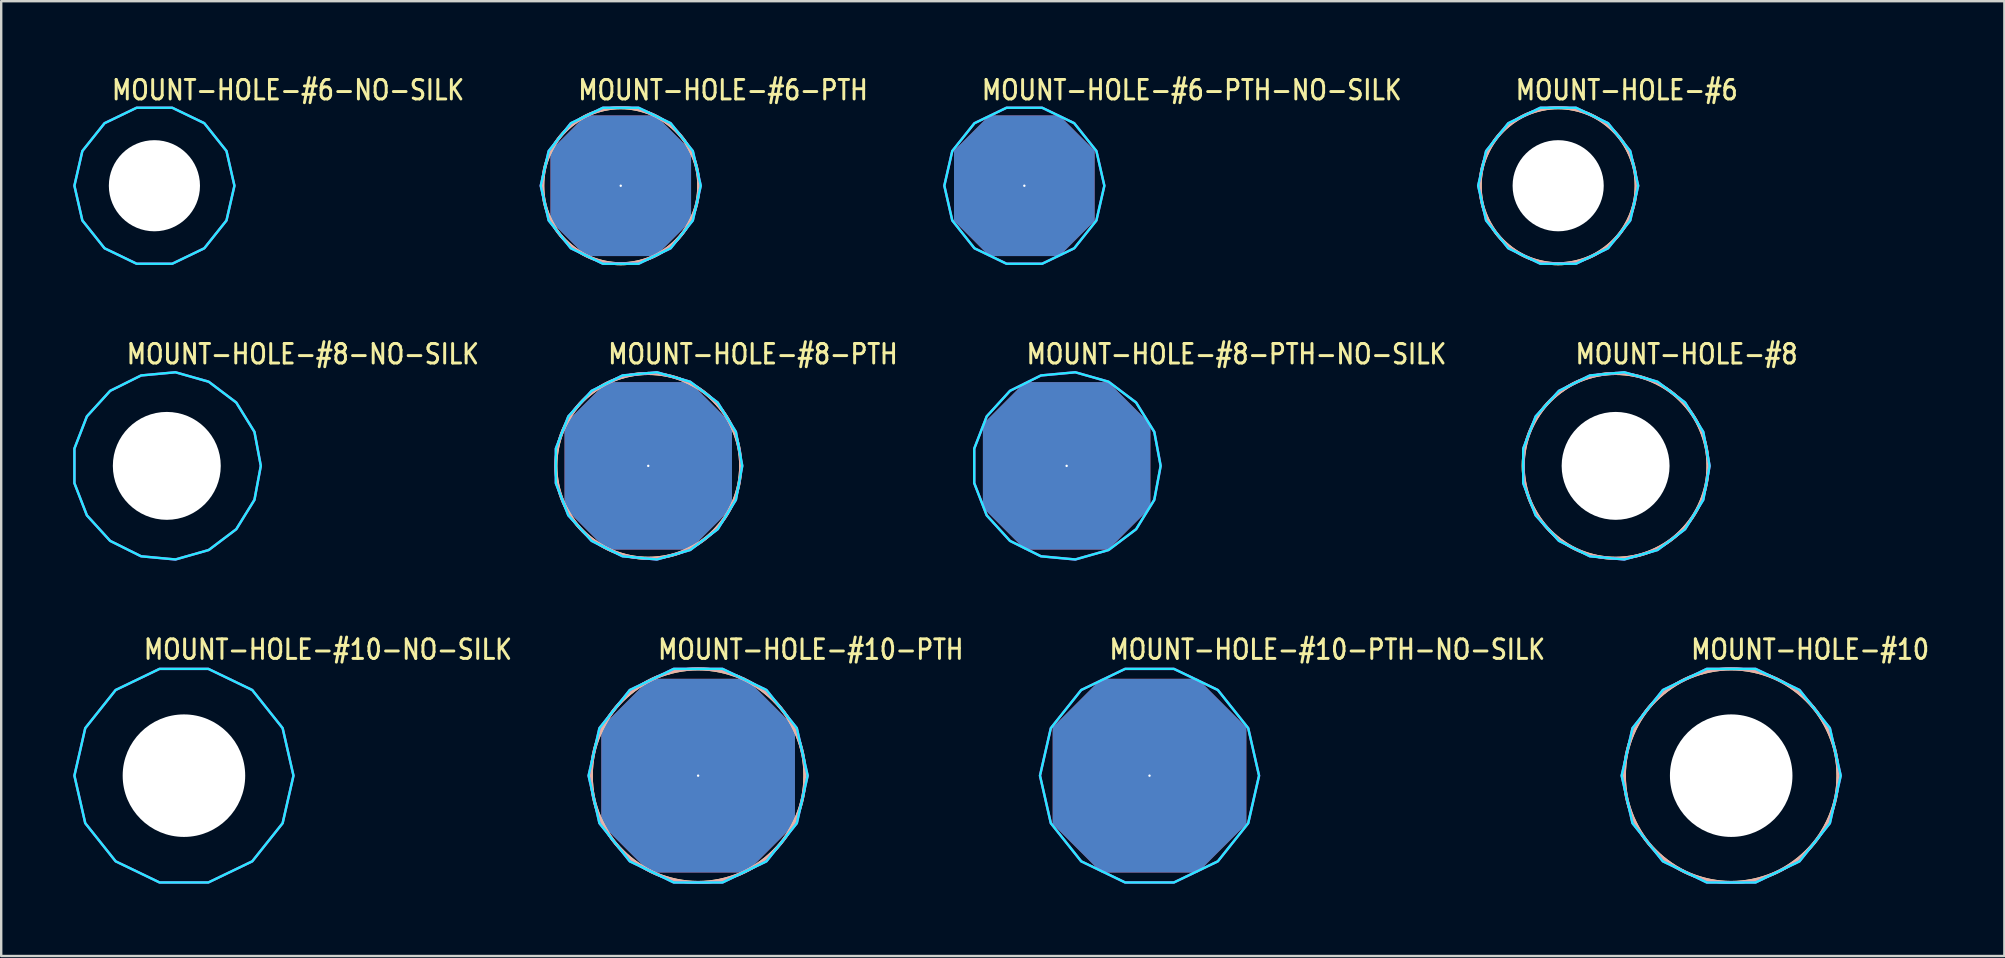
<source format=kicad_pcb>
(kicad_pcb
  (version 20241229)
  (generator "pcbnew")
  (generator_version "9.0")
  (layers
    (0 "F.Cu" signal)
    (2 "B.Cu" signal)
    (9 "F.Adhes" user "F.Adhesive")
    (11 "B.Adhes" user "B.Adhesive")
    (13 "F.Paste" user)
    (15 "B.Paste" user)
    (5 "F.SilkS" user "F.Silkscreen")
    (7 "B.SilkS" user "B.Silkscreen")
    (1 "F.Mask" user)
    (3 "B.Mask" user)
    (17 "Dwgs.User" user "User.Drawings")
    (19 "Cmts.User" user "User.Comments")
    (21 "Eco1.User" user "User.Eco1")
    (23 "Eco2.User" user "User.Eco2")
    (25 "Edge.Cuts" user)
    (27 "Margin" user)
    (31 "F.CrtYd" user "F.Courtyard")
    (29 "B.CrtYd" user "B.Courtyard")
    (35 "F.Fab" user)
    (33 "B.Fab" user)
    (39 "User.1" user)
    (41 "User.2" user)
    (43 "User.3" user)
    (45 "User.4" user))
  (footprint "MOUNT-HOLE-#8-NO-SILK"
    (layer "F.Cu")
    (at 3.9 16.361)
    (property "Reference" "MOUNT-HOLE-#8-NO-SILK" (at -1.74 -4.18 0) (unlocked yes) (layer "F.SilkS") (effects (font (size 0.813 0.695) (thickness 0.122)) (justify left bottom)))
    (fp_circle (center 0 0) (end 3.683 0) (stroke (width 0) (type solid)) (fill yes) (layer "F.Mask"))
    (fp_circle (center 0 0) (end 3.85 0) (stroke (width 0) (type solid)) (fill yes) (layer "F.Mask"))
    (fp_circle (center 0 0) (end 3.85 0) (stroke (width 0) (type solid)) (fill yes) (layer "F.Mask"))
    (fp_circle (center 0 0) (end 3.683 0) (stroke (width 0) (type solid)) (fill yes) (layer "B.Mask"))
    (fp_circle (center 0 0) (end 3.85 0) (stroke (width 0) (type solid)) (fill yes) (layer "B.Mask"))
    (fp_poly (pts (xy 3.917 0) (xy 3.652 -1.415) (xy 2.894 -2.639) (xy 1.746 -3.506) (xy 0.361 -3.9) (xy -1.072 -3.767) (xy -2.36 -3.126) (xy -3.33 -2.062) (xy -3.85 -0.72) (xy -3.85 0.72) (xy -3.33 2.062) (xy -2.36 3.126) (xy -1.072 3.767) (xy 0.361 3.9) (xy 1.746 3.506) (xy 2.894 2.639) (xy 3.652 1.415)) (stroke (width 0.1) (type solid)) (fill no) (layer "B.CrtYd"))
    (fp_poly (pts (xy 3.917 0) (xy 3.652 -1.415) (xy 2.894 -2.639) (xy 1.746 -3.506) (xy 0.361 -3.9) (xy -1.072 -3.767) (xy -2.36 -3.126) (xy -3.33 -2.062) (xy -3.85 -0.72) (xy -3.85 0.72) (xy -3.33 2.062) (xy -2.36 3.126) (xy -1.072 3.767) (xy 0.361 3.9) (xy 1.746 3.506) (xy 2.894 2.639) (xy 3.652 1.415)) (stroke (width 0.1) (type solid)) (fill no) (layer "F.CrtYd"))
    (pad "" np_thru_hole circle (at 0 0) (size 4.496 4.496) (drill 4.496) (layers "*.Cu" "*.Mask")))
  (footprint "MOUNT-HOLE-#8"
    (layer "F.Cu")
    (at 64.266 16.361)
    (property "Reference" "MOUNT-HOLE-#8" (at -1.74 -4.18 0) (unlocked yes) (layer "F.SilkS") (effects (font (size 0.813 0.695) (thickness 0.122)) (justify left bottom)))
    (fp_circle (center 0 0) (end 3.683 0) (stroke (width 0) (type solid)) (fill yes) (layer "F.Mask"))
    (fp_circle (center 0 0) (end 3.85 0) (stroke (width 0) (type solid)) (fill yes) (layer "F.Mask"))
    (fp_circle (center 0 0) (end 3.85 0) (stroke (width 0) (type solid)) (fill yes) (layer "F.Mask"))
    (fp_circle (center 0 0) (end 3.683 0) (stroke (width 0) (type solid)) (fill yes) (layer "B.Mask"))
    (fp_circle (center 0 0) (end 3.85 0) (stroke (width 0) (type solid)) (fill yes) (layer "B.Mask"))
    (fp_circle (center 0 0) (end 3.85 0) (stroke (width 0.127) (type solid)) (fill no) (layer "F.SilkS"))
    (fp_circle (center 0 0) (end 3.85 0) (stroke (width 0.127) (type solid)) (fill no) (layer "B.SilkS"))
    (fp_poly (pts (xy 3.917 0) (xy 3.652 -1.415) (xy 2.894 -2.639) (xy 1.746 -3.506) (xy 0.361 -3.9) (xy -1.072 -3.767) (xy -2.36 -3.126) (xy -3.33 -2.062) (xy -3.85 -0.72) (xy -3.85 0.72) (xy -3.33 2.062) (xy -2.36 3.126) (xy -1.072 3.767) (xy 0.361 3.9) (xy 1.746 3.506) (xy 2.894 2.639) (xy 3.652 1.415)) (stroke (width 0.1) (type solid)) (fill no) (layer "B.CrtYd"))
    (fp_poly (pts (xy 3.917 0) (xy 3.652 -1.415) (xy 2.894 -2.639) (xy 1.746 -3.506) (xy 0.361 -3.9) (xy -1.072 -3.767) (xy -2.36 -3.126) (xy -3.33 -2.062) (xy -3.85 -0.72) (xy -3.85 0.72) (xy -3.33 2.062) (xy -2.36 3.126) (xy -1.072 3.767) (xy 0.361 3.9) (xy 1.746 3.506) (xy 2.894 2.639) (xy 3.652 1.415)) (stroke (width 0.1) (type solid)) (fill no) (layer "F.CrtYd"))
    (pad "" np_thru_hole circle (at 0 0) (size 4.496 4.496) (drill 4.496) (layers "*.Cu" "*.Mask")))
  (footprint "MOUNT-HOLE-#8-PTH-NO-SILK"
    (layer "F.Cu")
    (at 41.393 16.361)
    (property "Reference" "MOUNT-HOLE-#8-PTH-NO-SILK" (at -1.74 -4.18 0) (unlocked yes) (layer "F.SilkS") (effects (font (size 0.813 0.695) (thickness 0.122)) (justify left bottom)))
    (fp_poly (pts (xy 3.917 0) (xy 3.652 -1.415) (xy 2.894 -2.639) (xy 1.746 -3.506) (xy 0.361 -3.9) (xy -1.072 -3.767) (xy -2.36 -3.126) (xy -3.33 -2.062) (xy -3.85 -0.72) (xy -3.85 0.72) (xy -3.33 2.062) (xy -2.36 3.126) (xy -1.072 3.767) (xy 0.361 3.9) (xy 1.746 3.506) (xy 2.894 2.639) (xy 3.652 1.415)) (stroke (width 0.1) (type solid)) (fill no) (layer "B.CrtYd"))
    (fp_poly (pts (xy 3.917 0) (xy 3.652 -1.415) (xy 2.894 -2.639) (xy 1.746 -3.506) (xy 0.361 -3.9) (xy -1.072 -3.767) (xy -2.36 -3.126) (xy -3.33 -2.062) (xy -3.85 -0.72) (xy -3.85 0.72) (xy -3.33 2.062) (xy -2.36 3.126) (xy -1.072 3.767) (xy 0.361 3.9) (xy 1.746 3.506) (xy 2.894 2.639) (xy 3.652 1.415)) (stroke (width 0.1) (type solid)) (fill no) (layer "F.CrtYd"))
    (pad "1" thru_hole custom (at 0 0) (size 0.1 0.1) (drill 4.496) (layers "*.Cu" "*.Mask") (options (anchor rect)) (primitives (gr_poly (pts (xy 3.429 1.714) (xy 1.714 3.429) (xy -1.714 3.429) (xy -3.429 1.714) (xy -3.429 -1.714) (xy -1.714 -3.429) (xy 1.714 -3.429) (xy 3.429 -1.714)) (width 0.12) (fill yes)))))
  (footprint "MOUNT-HOLE-#8-PTH"
    (layer "F.Cu")
    (at 23.96 16.361)
    (property "Reference" "MOUNT-HOLE-#8-PTH" (at -1.74 -4.18 0) (unlocked yes) (layer "F.SilkS") (effects (font (size 0.813 0.695) (thickness 0.122)) (justify left bottom)))
    (fp_circle (center 0 0) (end 3.85 0) (stroke (width 0.127) (type solid)) (fill no) (layer "F.SilkS"))
    (fp_circle (center 0 0) (end 3.85 0) (stroke (width 0.127) (type solid)) (fill no) (layer "B.SilkS"))
    (fp_poly (pts (xy 3.917 0) (xy 3.652 -1.415) (xy 2.894 -2.639) (xy 1.746 -3.506) (xy 0.361 -3.9) (xy -1.072 -3.767) (xy -2.36 -3.126) (xy -3.33 -2.062) (xy -3.85 -0.72) (xy -3.85 0.72) (xy -3.33 2.062) (xy -2.36 3.126) (xy -1.072 3.767) (xy 0.361 3.9) (xy 1.746 3.506) (xy 2.894 2.639) (xy 3.652 1.415)) (stroke (width 0.1) (type solid)) (fill no) (layer "B.CrtYd"))
    (fp_poly (pts (xy 3.917 0) (xy 3.652 -1.415) (xy 2.894 -2.639) (xy 1.746 -3.506) (xy 0.361 -3.9) (xy -1.072 -3.767) (xy -2.36 -3.126) (xy -3.33 -2.062) (xy -3.85 -0.72) (xy -3.85 0.72) (xy -3.33 2.062) (xy -2.36 3.126) (xy -1.072 3.767) (xy 0.361 3.9) (xy 1.746 3.506) (xy 2.894 2.639) (xy 3.652 1.415)) (stroke (width 0.1) (type solid)) (fill no) (layer "F.CrtYd"))
    (pad "1" thru_hole custom (at 0 0) (size 0.1 0.1) (drill 4.496) (layers "*.Cu" "*.Mask") (options (anchor rect)) (primitives (gr_poly (pts (xy 3.429 1.714) (xy 1.714 3.429) (xy -1.714 3.429) (xy -3.429 1.714) (xy -3.429 -1.714) (xy -1.714 -3.429) (xy 1.714 -3.429) (xy 3.429 -1.714)) (width 0.12) (fill yes)))))
  (footprint "MOUNT-HOLE-#6-PTH"
    (layer "F.Cu")
    (at 22.814 4.689)
    (property "Reference" "MOUNT-HOLE-#6-PTH" (at -1.84 -3.51 0) (unlocked yes) (layer "F.SilkS") (effects (font (size 0.813 0.695) (thickness 0.122)) (justify left bottom)))
    (fp_circle (center 0 0) (end 3.25 0) (stroke (width 0.127) (type solid)) (fill no) (layer "F.SilkS"))
    (fp_circle (center 0 0) (end 3.25 0) (stroke (width 0.127) (type solid)) (fill no) (layer "B.SilkS"))
    (fp_poly (pts (xy 3.334 0) (xy 3.003 -1.446) (xy 2.078 -2.606) (xy 0.742 -3.25) (xy -0.742 -3.25) (xy -2.078 -2.606) (xy -3.003 -1.446) (xy -3.334 0) (xy -3.003 1.446) (xy -2.078 2.606) (xy -0.742 3.25) (xy 0.742 3.25) (xy 2.078 2.606) (xy 3.003 1.446)) (stroke (width 0.1) (type solid)) (fill no) (layer "B.CrtYd"))
    (fp_poly (pts (xy 3.334 0) (xy 3.003 -1.446) (xy 2.078 -2.606) (xy 0.742 -3.25) (xy -0.742 -3.25) (xy -2.078 -2.606) (xy -3.003 -1.446) (xy -3.334 0) (xy -3.003 1.446) (xy -2.078 2.606) (xy -0.742 3.25) (xy 0.742 3.25) (xy 2.078 2.606) (xy 3.003 1.446)) (stroke (width 0.1) (type solid)) (fill no) (layer "F.CrtYd"))
    (pad "1" thru_hole custom (at 0 0) (size 0.1 0.1) (drill 3.797) (layers "*.Cu" "*.Mask") (options (anchor rect)) (primitives (gr_poly (pts (xy 2.87 1.435) (xy 1.435 2.87) (xy -1.435 2.87) (xy -2.87 1.435) (xy -2.87 -1.435) (xy -1.435 -2.87) (xy 1.435 -2.87) (xy 2.87 -1.435)) (width 0.12) (fill yes)))))
  (footprint "MOUNT-HOLE-#10-PTH"
    (layer "F.Cu")
    (at 26.038 29.269)
    (property "Reference" "MOUNT-HOLE-#10-PTH" (at -1.74 -4.78 0) (unlocked yes) (layer "F.SilkS") (effects (font (size 0.813 0.695) (thickness 0.122)) (justify left bottom)))
    (fp_circle (center 0 0) (end 4.45 0) (stroke (width 0.127) (type solid)) (fill no) (layer "F.SilkS"))
    (fp_circle (center 0 0) (end 4.45 0) (stroke (width 0.127) (type solid)) (fill no) (layer "B.SilkS"))
    (fp_poly (pts (xy 4.564 0) (xy 4.112 -1.98) (xy 2.846 -3.569) (xy 1.016 -4.45) (xy -1.016 -4.45) (xy -2.846 -3.569) (xy -4.112 -1.98) (xy -4.564 0) (xy -4.112 1.98) (xy -2.846 3.569) (xy -1.016 4.45) (xy 1.016 4.45) (xy 2.846 3.569) (xy 4.112 1.98)) (stroke (width 0.1) (type solid)) (fill no) (layer "B.CrtYd"))
    (fp_poly (pts (xy 4.564 0) (xy 4.112 -1.98) (xy 2.846 -3.569) (xy 1.016 -4.45) (xy -1.016 -4.45) (xy -2.846 -3.569) (xy -4.112 -1.98) (xy -4.564 0) (xy -4.112 1.98) (xy -2.846 3.569) (xy -1.016 4.45) (xy 1.016 4.45) (xy 2.846 3.569) (xy 4.112 1.98)) (stroke (width 0.1) (type solid)) (fill no) (layer "F.CrtYd"))
    (pad "1" thru_hole custom (at 0 0) (size 0.1 0.1) (drill 5.105) (layers "*.Cu" "*.Mask") (options (anchor rect)) (primitives (gr_poly (pts (xy 3.975 1.988) (xy 1.988 3.975) (xy -1.988 3.975) (xy -3.975 1.988) (xy -3.975 -1.988) (xy -1.988 -3.975) (xy 1.988 -3.975) (xy 3.975 -1.988)) (width 0.12) (fill yes)))))
  (footprint "MOUNT-HOLE-#10-PTH-NO-SILK"
    (layer "F.Cu")
    (at 44.846 29.269)
    (property "Reference" "MOUNT-HOLE-#10-PTH-NO-SILK" (at -1.74 -4.78 0) (unlocked yes) (layer "F.SilkS") (effects (font (size 0.813 0.695) (thickness 0.122)) (justify left bottom)))
    (fp_poly (pts (xy 4.564 0) (xy 4.112 -1.98) (xy 2.846 -3.569) (xy 1.016 -4.45) (xy -1.016 -4.45) (xy -2.846 -3.569) (xy -4.112 -1.98) (xy -4.564 0) (xy -4.112 1.98) (xy -2.846 3.569) (xy -1.016 4.45) (xy 1.016 4.45) (xy 2.846 3.569) (xy 4.112 1.98)) (stroke (width 0.1) (type solid)) (fill no) (layer "B.CrtYd"))
    (fp_poly (pts (xy 4.564 0) (xy 4.112 -1.98) (xy 2.846 -3.569) (xy 1.016 -4.45) (xy -1.016 -4.45) (xy -2.846 -3.569) (xy -4.112 -1.98) (xy -4.564 0) (xy -4.112 1.98) (xy -2.846 3.569) (xy -1.016 4.45) (xy 1.016 4.45) (xy 2.846 3.569) (xy 4.112 1.98)) (stroke (width 0.1) (type solid)) (fill no) (layer "F.CrtYd"))
    (pad "1" thru_hole custom (at 0 0) (size 0.1 0.1) (drill 5.105) (layers "*.Cu" "*.Mask") (options (anchor rect)) (primitives (gr_poly (pts (xy 3.975 1.988) (xy 1.988 3.975) (xy -1.988 3.975) (xy -3.975 1.988) (xy -3.975 -1.988) (xy -1.988 -3.975) (xy 1.988 -3.975) (xy 3.975 -1.988)) (width 0.12) (fill yes)))))
  (footprint "MOUNT-HOLE-#6"
    (layer "F.Cu")
    (at 61.873 4.689)
    (property "Reference" "MOUNT-HOLE-#6" (at -1.84 -3.51 0) (unlocked yes) (layer "F.SilkS") (effects (font (size 0.813 0.695) (thickness 0.122)) (justify left bottom)))
    (fp_circle (center 0 0) (end 3.124 0) (stroke (width 0) (type solid)) (fill yes) (layer "F.Mask"))
    (fp_circle (center 0 0) (end 3.25 0) (stroke (width 0) (type solid)) (fill yes) (layer "F.Mask"))
    (fp_circle (center 0 0) (end 3.25 0) (stroke (width 0) (type solid)) (fill yes) (layer "F.Mask"))
    (fp_circle (center 0 0) (end 3.124 0) (stroke (width 0) (type solid)) (fill yes) (layer "B.Mask"))
    (fp_circle (center 0 0) (end 3.25 0) (stroke (width 0) (type solid)) (fill yes) (layer "B.Mask"))
    (fp_circle (center 0 0) (end 3.25 0) (stroke (width 0.127) (type solid)) (fill no) (layer "F.SilkS"))
    (fp_circle (center 0 0) (end 3.25 0) (stroke (width 0.127) (type solid)) (fill no) (layer "B.SilkS"))
    (fp_poly (pts (xy 3.334 0) (xy 3.003 -1.446) (xy 2.078 -2.606) (xy 0.742 -3.25) (xy -0.742 -3.25) (xy -2.078 -2.606) (xy -3.003 -1.446) (xy -3.334 0) (xy -3.003 1.446) (xy -2.078 2.606) (xy -0.742 3.25) (xy 0.742 3.25) (xy 2.078 2.606) (xy 3.003 1.446)) (stroke (width 0.1) (type solid)) (fill no) (layer "B.CrtYd"))
    (fp_poly (pts (xy 3.334 0) (xy 3.003 -1.446) (xy 2.078 -2.606) (xy 0.742 -3.25) (xy -0.742 -3.25) (xy -2.078 -2.606) (xy -3.003 -1.446) (xy -3.334 0) (xy -3.003 1.446) (xy -2.078 2.606) (xy -0.742 3.25) (xy 0.742 3.25) (xy 2.078 2.606) (xy 3.003 1.446)) (stroke (width 0.1) (type solid)) (fill no) (layer "F.CrtYd"))
    (pad "" np_thru_hole circle (at 0 0) (size 3.797 3.797) (drill 3.797) (layers "*.Cu" "*.Mask")))
  (footprint "MOUNT-HOLE-#10"
    (layer "F.Cu")
    (at 69.082 29.269)
    (property "Reference" "MOUNT-HOLE-#10" (at -1.74 -4.78 0) (unlocked yes) (layer "F.SilkS") (effects (font (size 0.813 0.695) (thickness 0.122)) (justify left bottom)))
    (fp_circle (center 0 0) (end 4.28 0) (stroke (width 0) (type solid)) (fill yes) (layer "F.Mask"))
    (fp_circle (center 0 0) (end 4.45 0) (stroke (width 0) (type solid)) (fill yes) (layer "F.Mask"))
    (fp_circle (center 0 0) (end 4.45 0) (stroke (width 0) (type solid)) (fill yes) (layer "F.Mask"))
    (fp_circle (center 0 0) (end 4.28 0) (stroke (width 0) (type solid)) (fill yes) (layer "B.Mask"))
    (fp_circle (center 0 0) (end 4.45 0) (stroke (width 0) (type solid)) (fill yes) (layer "B.Mask"))
    (fp_circle (center 0 0) (end 4.45 0) (stroke (width 0.127) (type solid)) (fill no) (layer "F.SilkS"))
    (fp_circle (center 0 0) (end 4.45 0) (stroke (width 0.127) (type solid)) (fill no) (layer "B.SilkS"))
    (fp_poly (pts (xy 4.564 0) (xy 4.112 -1.98) (xy 2.846 -3.569) (xy 1.016 -4.45) (xy -1.016 -4.45) (xy -2.846 -3.569) (xy -4.112 -1.98) (xy -4.564 0) (xy -4.112 1.98) (xy -2.846 3.569) (xy -1.016 4.45) (xy 1.016 4.45) (xy 2.846 3.569) (xy 4.112 1.98)) (stroke (width 0.1) (type solid)) (fill no) (layer "B.CrtYd"))
    (fp_poly (pts (xy 4.564 0) (xy 4.112 -1.98) (xy 2.846 -3.569) (xy 1.016 -4.45) (xy -1.016 -4.45) (xy -2.846 -3.569) (xy -4.112 -1.98) (xy -4.564 0) (xy -4.112 1.98) (xy -2.846 3.569) (xy -1.016 4.45) (xy 1.016 4.45) (xy 2.846 3.569) (xy 4.112 1.98)) (stroke (width 0.1) (type solid)) (fill no) (layer "F.CrtYd"))
    (pad "" np_thru_hole circle (at 0 0) (size 5.105 5.105) (drill 5.105) (layers "*.Cu" "*.Mask")))
  (footprint "MOUNT-HOLE-#10-NO-SILK"
    (layer "F.Cu")
    (at 4.614 29.269)
    (property "Reference" "MOUNT-HOLE-#10-NO-SILK" (at -1.74 -4.78 0) (unlocked yes) (layer "F.SilkS") (effects (font (size 0.813 0.695) (thickness 0.122)) (justify left bottom)))
    (fp_circle (center 0 0) (end 4.28 0) (stroke (width 0) (type solid)) (fill yes) (layer "F.Mask"))
    (fp_circle (center 0 0) (end 4.45 0) (stroke (width 0) (type solid)) (fill yes) (layer "F.Mask"))
    (fp_circle (center 0 0) (end 4.45 0) (stroke (width 0) (type solid)) (fill yes) (layer "F.Mask"))
    (fp_circle (center 0 0) (end 4.28 0) (stroke (width 0) (type solid)) (fill yes) (layer "B.Mask"))
    (fp_circle (center 0 0) (end 4.45 0) (stroke (width 0) (type solid)) (fill yes) (layer "B.Mask"))
    (fp_poly (pts (xy 4.564 0) (xy 4.112 -1.98) (xy 2.846 -3.569) (xy 1.016 -4.45) (xy -1.016 -4.45) (xy -2.846 -3.569) (xy -4.112 -1.98) (xy -4.564 0) (xy -4.112 1.98) (xy -2.846 3.569) (xy -1.016 4.45) (xy 1.016 4.45) (xy 2.846 3.569) (xy 4.112 1.98)) (stroke (width 0.1) (type solid)) (fill no) (layer "B.CrtYd"))
    (fp_poly (pts (xy 4.564 0) (xy 4.112 -1.98) (xy 2.846 -3.569) (xy 1.016 -4.45) (xy -1.016 -4.45) (xy -2.846 -3.569) (xy -4.112 -1.98) (xy -4.564 0) (xy -4.112 1.98) (xy -2.846 3.569) (xy -1.016 4.45) (xy 1.016 4.45) (xy 2.846 3.569) (xy 4.112 1.98)) (stroke (width 0.1) (type solid)) (fill no) (layer "F.CrtYd"))
    (pad "" np_thru_hole circle (at 0 0) (size 5.105 5.105) (drill 5.105) (layers "*.Cu" "*.Mask")))
  (footprint "MOUNT-HOLE-#6-PTH-NO-SILK"
    (layer "F.Cu")
    (at 39.63 4.689)
    (property "Reference" "MOUNT-HOLE-#6-PTH-NO-SILK" (at -1.84 -3.51 0) (unlocked yes) (layer "F.SilkS") (effects (font (size 0.813 0.695) (thickness 0.122)) (justify left bottom)))
    (fp_poly (pts (xy 3.334 0) (xy 3.003 -1.446) (xy 2.078 -2.606) (xy 0.742 -3.25) (xy -0.742 -3.25) (xy -2.078 -2.606) (xy -3.003 -1.446) (xy -3.334 0) (xy -3.003 1.446) (xy -2.078 2.606) (xy -0.742 3.25) (xy 0.742 3.25) (xy 2.078 2.606) (xy 3.003 1.446)) (stroke (width 0.1) (type solid)) (fill no) (layer "B.CrtYd"))
    (fp_poly (pts (xy 3.334 0) (xy 3.003 -1.446) (xy 2.078 -2.606) (xy 0.742 -3.25) (xy -0.742 -3.25) (xy -2.078 -2.606) (xy -3.003 -1.446) (xy -3.334 0) (xy -3.003 1.446) (xy -2.078 2.606) (xy -0.742 3.25) (xy 0.742 3.25) (xy 2.078 2.606) (xy 3.003 1.446)) (stroke (width 0.1) (type solid)) (fill no) (layer "F.CrtYd"))
    (pad "1" thru_hole custom (at 0 0) (size 0.1 0.1) (drill 3.797) (layers "*.Cu" "*.Mask") (options (anchor rect)) (primitives (gr_poly (pts (xy 2.87 1.435) (xy 1.435 2.87) (xy -1.435 2.87) (xy -2.87 1.435) (xy -2.87 -1.435) (xy -1.435 -2.87) (xy 1.435 -2.87) (xy 2.87 -1.435)) (width 0.12) (fill yes)))))
  (footprint "MOUNT-HOLE-#6-NO-SILK"
    (layer "F.Cu")
    (at 3.384 4.689)
    (property "Reference" "MOUNT-HOLE-#6-NO-SILK" (at -1.84 -3.51 0) (unlocked yes) (layer "F.SilkS") (effects (font (size 0.813 0.695) (thickness 0.122)) (justify left bottom)))
    (fp_circle (center 0 0) (end 3.124 0) (stroke (width 0) (type solid)) (fill yes) (layer "F.Mask"))
    (fp_circle (center 0 0) (end 3.25 0) (stroke (width 0) (type solid)) (fill yes) (layer "F.Mask"))
    (fp_circle (center 0 0) (end 3.25 0) (stroke (width 0) (type solid)) (fill yes) (layer "F.Mask"))
    (fp_circle (center 0 0) (end 3.124 0) (stroke (width 0) (type solid)) (fill yes) (layer "B.Mask"))
    (fp_circle (center 0 0) (end 3.25 0) (stroke (width 0) (type solid)) (fill yes) (layer "B.Mask"))
    (fp_poly (pts (xy 3.334 0) (xy 3.003 -1.446) (xy 2.078 -2.606) (xy 0.742 -3.25) (xy -0.742 -3.25) (xy -2.078 -2.606) (xy -3.003 -1.446) (xy -3.334 0) (xy -3.003 1.446) (xy -2.078 2.606) (xy -0.742 3.25) (xy 0.742 3.25) (xy 2.078 2.606) (xy 3.003 1.446)) (stroke (width 0.1) (type solid)) (fill no) (layer "B.CrtYd"))
    (fp_poly (pts (xy 3.334 0) (xy 3.003 -1.446) (xy 2.078 -2.606) (xy 0.742 -3.25) (xy -0.742 -3.25) (xy -2.078 -2.606) (xy -3.003 -1.446) (xy -3.334 0) (xy -3.003 1.446) (xy -2.078 2.606) (xy -0.742 3.25) (xy 0.742 3.25) (xy 2.078 2.606) (xy 3.003 1.446)) (stroke (width 0.1) (type solid)) (fill no) (layer "F.CrtYd"))
    (pad "" np_thru_hole circle (at 0 0) (size 3.797 3.797) (drill 3.797) (layers "*.Cu" "*.Mask")))
  (gr_rect
    (start -3 -3)
    (end 80.464 36.783)
    (stroke (width 0.1) (type default))
    (fill no)
    (layer "Edge.Cuts")))
</source>
